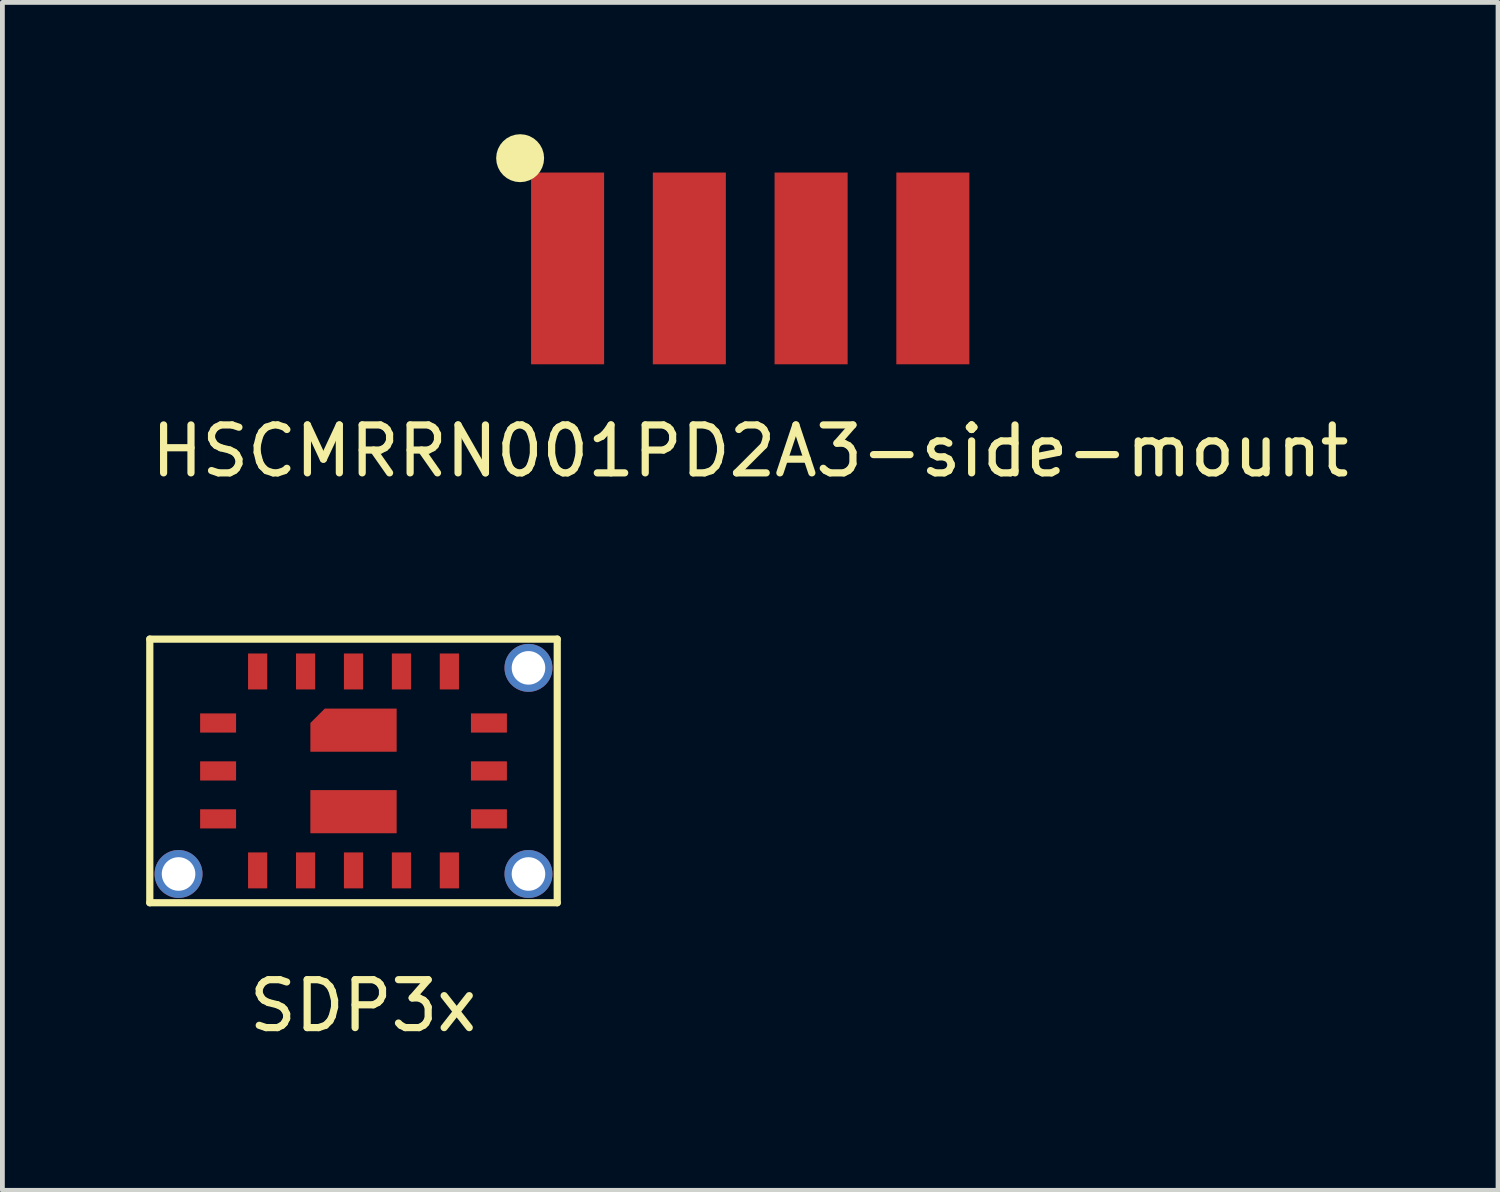
<source format=kicad_pcb>
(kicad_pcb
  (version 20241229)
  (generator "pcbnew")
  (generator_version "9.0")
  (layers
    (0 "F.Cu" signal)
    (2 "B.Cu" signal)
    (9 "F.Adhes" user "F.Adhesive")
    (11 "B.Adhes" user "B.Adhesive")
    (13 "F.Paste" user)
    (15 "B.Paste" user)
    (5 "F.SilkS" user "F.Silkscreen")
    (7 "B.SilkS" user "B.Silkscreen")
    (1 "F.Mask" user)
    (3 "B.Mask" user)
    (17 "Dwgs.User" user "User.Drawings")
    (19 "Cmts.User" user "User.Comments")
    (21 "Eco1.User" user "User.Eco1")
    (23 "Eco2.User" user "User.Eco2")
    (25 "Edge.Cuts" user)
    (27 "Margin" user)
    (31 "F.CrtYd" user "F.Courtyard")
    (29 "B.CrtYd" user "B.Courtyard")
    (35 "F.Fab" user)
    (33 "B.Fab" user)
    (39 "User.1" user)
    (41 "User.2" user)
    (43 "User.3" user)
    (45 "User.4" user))
  (footprint "SDP3x"
    (layer "F.Cu")
    (at 4.325 13.033)
    (property "Reference" "SDP3x" (at 0.2 4.9 0) (layer "F.SilkS") (effects (font (size 1 1) (thickness 0.15))))
    (attr through_hole)
    (fp_line (start -4.25 -2.75) (end 4.25 -2.75) (stroke (width 0.15) (type solid)) (layer "F.SilkS"))
    (fp_line (start -4.25 2.75) (end -4.25 -2.75) (stroke (width 0.15) (type solid)) (layer "F.SilkS"))
    (fp_line (start 4.25 -2.75) (end 4.25 2.75) (stroke (width 0.15) (type solid)) (layer "F.SilkS"))
    (fp_line (start 4.25 2.75) (end -4.25 2.75) (stroke (width 0.15) (type solid)) (layer "F.SilkS"))
    (pad "" np_thru_hole circle (at -3.65 2.15) (size 1 1) (drill 0.7) (layers "*.Cu" "*.Mask"))
    (pad "" np_thru_hole circle (at 3.65 -2.15) (size 1 1) (drill 0.7) (layers "*.Cu" "*.Mask"))
    (pad "" np_thru_hole circle (at 3.65 2.15) (size 1 1) (drill 0.7) (layers "*.Cu" "*.Mask"))
    (pad "1" smd rect (at -3 -1) (size 0.75 0.4) (drill (offset 0.175 0)) (layers "F.Cu" "F.Mask" "F.Paste"))
    (pad "2" smd rect (at -3 0) (size 0.75 0.4) (drill (offset 0.175 0)) (layers "F.Cu" "F.Mask" "F.Paste"))
    (pad "3" smd rect (at -3 1) (size 0.75 0.4) (drill (offset 0.175 0)) (layers "F.Cu" "F.Mask" "F.Paste"))
    (pad "4" smd rect (at -2 2.25) (size 0.4 0.75) (drill (offset 0 -0.175)) (layers "F.Cu" "F.Mask" "F.Paste"))
    (pad "5" smd rect (at -1 2.25) (size 0.4 0.75) (drill (offset 0 -0.175)) (layers "F.Cu" "F.Mask" "F.Paste"))
    (pad "6" smd custom (at 0 -0.85) (size 0.5 0.5) (layers "F.Cu" "F.Mask" "F.Paste") (options (anchor rect)) (primitives (gr_poly (pts (xy -0.6 -0.45) (xy 0.9 -0.45) (xy 0.9 0.45) (xy -0.9 0.45) (xy -0.9 -0.15)) (width 0) (fill yes))))
    (pad "6" smd rect (at 0 0.85) (size 1.8 0.9) (layers "F.Cu" "F.Mask" "F.Paste"))
    (pad "6" smd rect (at 0 2.25) (size 0.4 0.75) (drill (offset 0 -0.175)) (layers "F.Cu" "F.Mask" "F.Paste"))
    (pad "7" smd rect (at 1 2.25) (size 0.4 0.75) (drill (offset 0 -0.175)) (layers "F.Cu" "F.Mask" "F.Paste"))
    (pad "8" smd rect (at 2 2.25) (size 0.4 0.75) (drill (offset 0 -0.175)) (layers "F.Cu" "F.Mask" "F.Paste"))
    (pad "9" smd rect (at 3 1) (size 0.75 0.4) (drill (offset -0.175 0)) (layers "F.Cu" "F.Mask" "F.Paste"))
    (pad "10" smd rect (at 3 0) (size 0.75 0.4) (drill (offset -0.175 0)) (layers "F.Cu" "F.Mask" "F.Paste"))
    (pad "11" smd rect (at 3 -1) (size 0.75 0.4) (drill (offset -0.175 0)) (layers "F.Cu" "F.Mask" "F.Paste"))
    (pad "12" smd rect (at 2 -2.25) (size 0.4 0.75) (drill (offset 0 0.175)) (layers "F.Cu" "F.Mask" "F.Paste"))
    (pad "13" smd rect (at 1 -2.25) (size 0.4 0.75) (drill (offset 0 0.175)) (layers "F.Cu" "F.Mask" "F.Paste"))
    (pad "14" smd rect (at 0 -2.25) (size 0.4 0.75) (drill (offset 0 0.175)) (layers "F.Cu" "F.Mask" "F.Paste"))
    (pad "15" smd rect (at -1 -2.25) (size 0.4 0.75) (drill (offset 0 0.175)) (layers "F.Cu" "F.Mask" "F.Paste"))
    (pad "16" smd rect (at -2 -2.25) (size 0.4 0.75) (drill (offset 0 0.175)) (layers "F.Cu" "F.Mask" "F.Paste")))
  (footprint "HSCMRRN001PD2A3-side-mount"
    (layer "F.Cu")
    (at 12.601 2.55)
    (property "Reference" "HSCMRRN001PD2A3-side-mount" (at 0 3.81 0) (layer "F.SilkS") (effects (font (size 1 1) (thickness 0.15))))
    (attr through_hole)
    (fp_circle (center -4.8 -2.3) (end -4.8 -2.3) (stroke (width 0.5) (type solid)) (fill no) (layer "F.SilkS"))
    (pad "1" smd rect (at -3.81 0) (size 1.524 4) (layers "F.Cu" "F.Mask" "F.Paste"))
    (pad "2" smd rect (at -1.27 0) (size 1.524 4) (layers "F.Cu" "F.Mask" "F.Paste"))
    (pad "3" smd rect (at 1.27 0) (size 1.524 4) (layers "F.Cu" "F.Mask" "F.Paste"))
    (pad "4" smd rect (at 3.81 0) (size 1.524 4) (layers "F.Cu" "F.Mask" "F.Paste")))
  (gr_rect
    (start -3 -3)
    (end 28.202 21.782)
    (stroke (width 0.1) (type default))
    (fill no)
    (layer "Edge.Cuts")))
</source>
